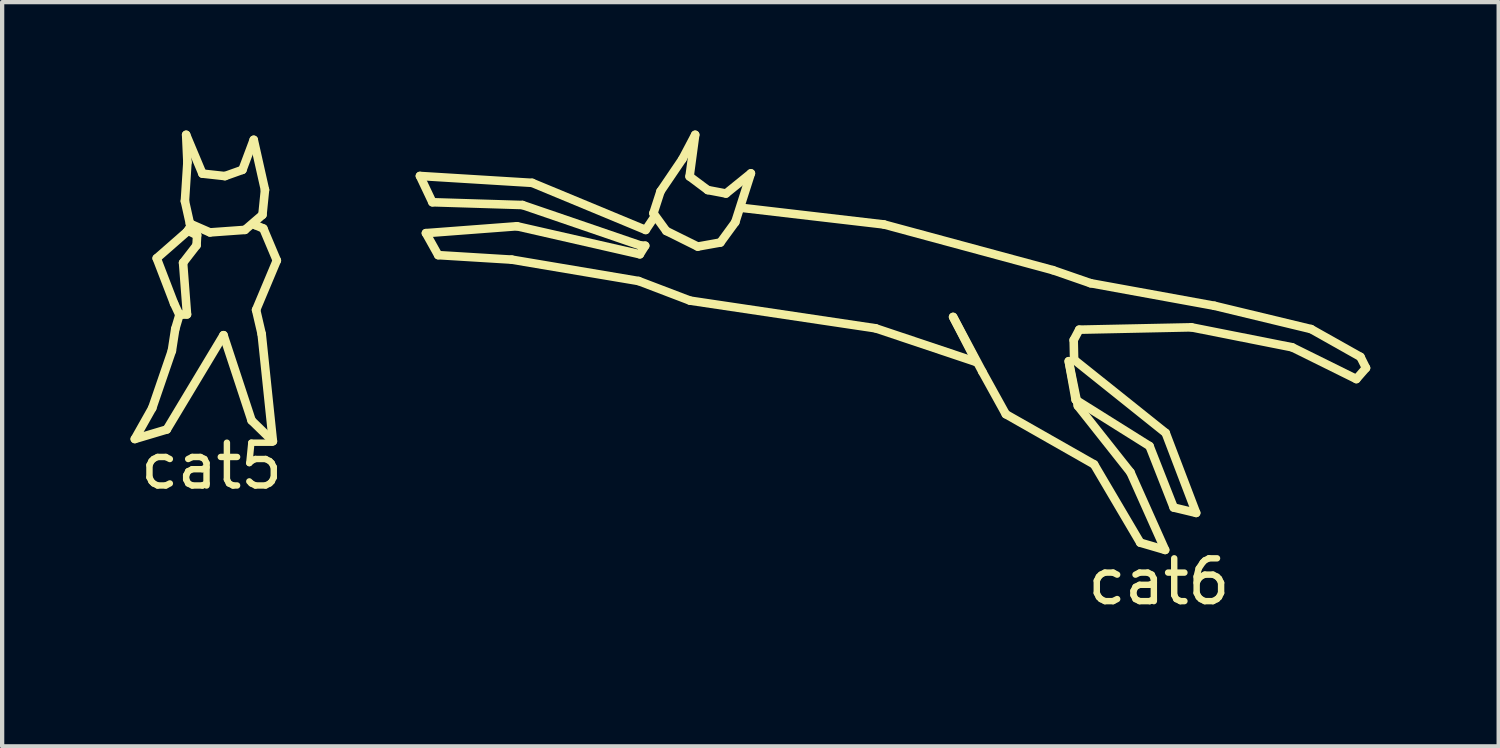
<source format=kicad_pcb>
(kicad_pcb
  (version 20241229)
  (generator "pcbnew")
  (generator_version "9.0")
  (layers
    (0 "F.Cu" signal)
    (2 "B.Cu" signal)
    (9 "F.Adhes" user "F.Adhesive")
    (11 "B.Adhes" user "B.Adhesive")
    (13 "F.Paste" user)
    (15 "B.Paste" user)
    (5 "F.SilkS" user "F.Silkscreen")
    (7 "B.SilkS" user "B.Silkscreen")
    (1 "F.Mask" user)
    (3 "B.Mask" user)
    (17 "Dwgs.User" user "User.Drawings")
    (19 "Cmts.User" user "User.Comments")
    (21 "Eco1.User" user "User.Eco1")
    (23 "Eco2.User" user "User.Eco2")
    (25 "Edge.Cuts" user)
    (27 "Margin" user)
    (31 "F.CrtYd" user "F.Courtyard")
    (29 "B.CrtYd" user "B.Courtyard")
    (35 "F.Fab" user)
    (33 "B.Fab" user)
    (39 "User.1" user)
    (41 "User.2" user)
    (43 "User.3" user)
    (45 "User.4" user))
  (footprint "cat5"
    (layer "F.Cu")
    (at 1.895 7.34)
    (property "Reference" "cat5" (at 0 0.5 0) (unlocked yes) (layer "F.SilkS") (effects (font (size 1 1) (thickness 0.15))))
    (attr through_hole)
    (fp_line (start -1.795 -0.131) (end -1.047 -0.354) (stroke (width 0.2) (type solid)) (layer "F.SilkS"))
    (fp_line (start -1.388 -0.853) (end -1.795 -0.131) (stroke (width 0.2) (type solid)) (layer "F.SilkS"))
    (fp_line (start -1.283 -4.355) (end -0.877 -3.299) (stroke (width 0.2) (type solid)) (layer "F.SilkS"))
    (fp_line (start -1.047 -0.354) (end 0.278 -2.558) (stroke (width 0.2) (type solid)) (layer "F.SilkS"))
    (fp_line (start -0.929 -2.191) (end -1.388 -0.853) (stroke (width 0.2) (type solid)) (layer "F.SilkS"))
    (fp_line (start -0.877 -3.299) (end -0.753 -3.033) (stroke (width 0.2) (type solid)) (layer "F.SilkS"))
    (fp_line (start -0.85 -2.702) (end -0.929 -2.191) (stroke (width 0.2) (type solid)) (layer "F.SilkS"))
    (fp_line (start -0.753 -3.033) (end -0.575 -3.043) (stroke (width 0.2) (type solid)) (layer "F.SilkS"))
    (fp_line (start -0.745 -3.056) (end -0.85 -2.702) (stroke (width 0.2) (type solid)) (layer "F.SilkS"))
    (fp_line (start -0.667 -4.25) (end -0.352 -4.657) (stroke (width 0.2) (type solid)) (layer "F.SilkS"))
    (fp_line (start -0.624 -5.69) (end -0.507 -5.164) (stroke (width 0.2) (type solid)) (layer "F.SilkS"))
    (fp_line (start -0.595 -7.24) (end -0.566 -6.596) (stroke (width 0.2) (type solid)) (layer "F.SilkS"))
    (fp_line (start -0.575 -3.043) (end -0.667 -4.25) (stroke (width 0.2) (type solid)) (layer "F.SilkS"))
    (fp_line (start -0.575 -4.972) (end -0.575 -4.972) (stroke (width 0.2) (type solid)) (layer "F.SilkS"))
    (fp_line (start -0.566 -6.596) (end -0.624 -5.69) (stroke (width 0.2) (type solid)) (layer "F.SilkS"))
    (fp_line (start -0.549 -4.998) (end -1.283 -4.355) (stroke (width 0.2) (type solid)) (layer "F.SilkS"))
    (fp_line (start -0.507 -5.164) (end -0.039 -4.959) (stroke (width 0.2) (type solid)) (layer "F.SilkS"))
    (fp_line (start -0.47 -5.142) (end -0.575 -4.972) (stroke (width 0.2) (type solid)) (layer "F.SilkS"))
    (fp_line (start -0.352 -4.657) (end -0.339 -4.893) (stroke (width 0.2) (type solid)) (layer "F.SilkS"))
    (fp_line (start -0.339 -4.893) (end -0.549 -4.998) (stroke (width 0.2) (type solid)) (layer "F.SilkS"))
    (fp_line (start -0.215 -6.333) (end -0.595 -7.24) (stroke (width 0.2) (type solid)) (layer "F.SilkS"))
    (fp_line (start -0.039 -4.959) (end 0.779 -5.018) (stroke (width 0.2) (type solid)) (layer "F.SilkS"))
    (fp_line (start 0.278 -2.558) (end 0.934 -0.564) (stroke (width 0.2) (type solid)) (layer "F.SilkS"))
    (fp_line (start 0.311 -6.275) (end -0.215 -6.333) (stroke (width 0.2) (type solid)) (layer "F.SilkS"))
    (fp_line (start 0.721 -6.421) (end 0.311 -6.275) (stroke (width 0.2) (type solid)) (layer "F.SilkS"))
    (fp_line (start 0.779 -5.018) (end 1.188 -5.369) (stroke (width 0.2) (type solid)) (layer "F.SilkS"))
    (fp_line (start 0.934 -0.564) (end 1.432 -0.079) (stroke (width 0.2) (type solid)) (layer "F.SilkS"))
    (fp_line (start 0.984 -7.123) (end 0.721 -6.421) (stroke (width 0.2) (type solid)) (layer "F.SilkS"))
    (fp_line (start 1.025 -5.129) (end 1.012 -5.195) (stroke (width 0.2) (type solid)) (layer "F.SilkS"))
    (fp_line (start 1.039 -3.148) (end 1.524 -4.303) (stroke (width 0.2) (type solid)) (layer "F.SilkS"))
    (fp_line (start 1.17 -2.584) (end 1.039 -3.148) (stroke (width 0.2) (type solid)) (layer "F.SilkS"))
    (fp_line (start 1.188 -5.369) (end 1.247 -5.953) (stroke (width 0.2) (type solid)) (layer "F.SilkS"))
    (fp_line (start 1.209 -5.05) (end 1.025 -5.129) (stroke (width 0.2) (type solid)) (layer "F.SilkS"))
    (fp_line (start 1.247 -5.953) (end 0.984 -7.123) (stroke (width 0.2) (type solid)) (layer "F.SilkS"))
    (fp_line (start 1.432 -0.079) (end 1.17 -2.584) (stroke (width 0.2) (type solid)) (layer "F.SilkS"))
    (fp_line (start 1.524 -4.303) (end 1.209 -5.05) (stroke (width 0.2) (type solid)) (layer "F.SilkS")))
  (footprint "cat6"
    (layer "F.Cu")
    (at 24.032 10.042)
    (property "Reference" "cat6" (at 0 0.5 0) (unlocked yes) (layer "F.SilkS") (effects (font (size 1 1) (thickness 0.15))))
    (attr through_hole)
    (fp_line (start -17.269 -8.98) (end -16.978 -8.366) (stroke (width 0.2) (type solid)) (layer "F.SilkS"))
    (fp_line (start -17.129 -7.644) (end -16.842 -7.13) (stroke (width 0.2) (type solid)) (layer "F.SilkS"))
    (fp_line (start -16.978 -8.366) (end -14.874 -8.301) (stroke (width 0.2) (type solid)) (layer "F.SilkS"))
    (fp_line (start -16.842 -7.13) (end -15.124 -7.025) (stroke (width 0.2) (type solid)) (layer "F.SilkS"))
    (fp_line (start -15.124 -7.025) (end -12.159 -6.525) (stroke (width 0.2) (type solid)) (layer "F.SilkS"))
    (fp_line (start -15.002 -7.805) (end -17.129 -7.644) (stroke (width 0.2) (type solid)) (layer "F.SilkS"))
    (fp_line (start -14.874 -8.301) (end -12.108 -7.354) (stroke (width 0.2) (type solid)) (layer "F.SilkS"))
    (fp_line (start -14.648 -8.819) (end -17.269 -8.98) (stroke (width 0.2) (type solid)) (layer "F.SilkS"))
    (fp_line (start -12.159 -6.525) (end -10.958 -6.067) (stroke (width 0.2) (type solid)) (layer "F.SilkS"))
    (fp_line (start -12.13 -7.15) (end -15.002 -7.805) (stroke (width 0.2) (type solid)) (layer "F.SilkS"))
    (fp_line (start -12.108 -7.354) (end -12.005 -7.35) (stroke (width 0.2) (type solid)) (layer "F.SilkS"))
    (fp_line (start -12.005 -7.35) (end -12.13 -7.15) (stroke (width 0.2) (type solid)) (layer "F.SilkS"))
    (fp_line (start -11.994 -7.718) (end -14.648 -8.819) (stroke (width 0.2) (type solid)) (layer "F.SilkS"))
    (fp_line (start -11.813 -8.108) (end -11.513 -7.695) (stroke (width 0.2) (type solid)) (layer "F.SilkS"))
    (fp_line (start -11.799 -8.01) (end -11.994 -7.718) (stroke (width 0.2) (type solid)) (layer "F.SilkS"))
    (fp_line (start -11.647 -8.621) (end -11.813 -8.108) (stroke (width 0.2) (type solid)) (layer "F.SilkS"))
    (fp_line (start -11.513 -7.695) (end -10.778 -7.33) (stroke (width 0.2) (type solid)) (layer "F.SilkS"))
    (fp_line (start -11.137 -9.373) (end -11.647 -8.621) (stroke (width 0.2) (type solid)) (layer "F.SilkS"))
    (fp_line (start -10.968 -8.968) (end -10.837 -9.942) (stroke (width 0.2) (type solid)) (layer "F.SilkS"))
    (fp_line (start -10.958 -6.067) (end -6.621 -5.42) (stroke (width 0.2) (type solid)) (layer "F.SilkS"))
    (fp_line (start -10.837 -9.942) (end -11.137 -9.373) (stroke (width 0.2) (type solid)) (layer "F.SilkS"))
    (fp_line (start -10.778 -7.33) (end -10.247 -7.425) (stroke (width 0.2) (type solid)) (layer "F.SilkS"))
    (fp_line (start -10.544 -8.651) (end -10.968 -8.968) (stroke (width 0.2) (type solid)) (layer "F.SilkS"))
    (fp_line (start -10.247 -7.425) (end -9.9 -7.9) (stroke (width 0.2) (type solid)) (layer "F.SilkS"))
    (fp_line (start -10.117 -8.57) (end -10.544 -8.651) (stroke (width 0.2) (type solid)) (layer "F.SilkS"))
    (fp_line (start -9.9 -7.9) (end -9.535 -9.041) (stroke (width 0.2) (type solid)) (layer "F.SilkS"))
    (fp_line (start -9.535 -9.041) (end -10.117 -8.57) (stroke (width 0.2) (type solid)) (layer "F.SilkS"))
    (fp_line (start -6.621 -5.42) (end -4.266 -4.631) (stroke (width 0.2) (type solid)) (layer "F.SilkS"))
    (fp_line (start -6.427 -7.847) (end -9.76 -8.236) (stroke (width 0.2) (type solid)) (layer "F.SilkS"))
    (fp_line (start -4.81 -5.686) (end -4.126 -4.404) (stroke (width 0.2) (type solid)) (layer "F.SilkS"))
    (fp_line (start -4.266 -4.631) (end -4.81 -5.686) (stroke (width 0.2) (type solid)) (layer "F.SilkS"))
    (fp_line (start -4.126 -4.404) (end -3.578 -3.413) (stroke (width 0.2) (type solid)) (layer "F.SilkS"))
    (fp_line (start -3.578 -3.413) (end -1.515 -2.24) (stroke (width 0.2) (type solid)) (layer "F.SilkS"))
    (fp_line (start -2.478 -6.779) (end -6.427 -7.847) (stroke (width 0.2) (type solid)) (layer "F.SilkS"))
    (fp_line (start -2.108 -4.651) (end -1.947 -3.751) (stroke (width 0.2) (type solid)) (layer "F.SilkS"))
    (fp_line (start -1.992 -5.145) (end -1.863 -5.388) (stroke (width 0.2) (type solid)) (layer "F.SilkS"))
    (fp_line (start -1.982 -4.686) (end -1.992 -5.145) (stroke (width 0.2) (type solid)) (layer "F.SilkS"))
    (fp_line (start -1.947 -3.751) (end -0.219 -2.668) (stroke (width 0.2) (type solid)) (layer "F.SilkS"))
    (fp_line (start -1.895 -3.608) (end -2.108 -4.651) (stroke (width 0.2) (type solid)) (layer "F.SilkS"))
    (fp_line (start -1.863 -5.388) (end 0.758 -5.443) (stroke (width 0.2) (type solid)) (layer "F.SilkS"))
    (fp_line (start -1.599 -6.474) (end -2.478 -6.779) (stroke (width 0.2) (type solid)) (layer "F.SilkS"))
    (fp_line (start -1.515 -2.24) (end -0.437 -0.411) (stroke (width 0.2) (type solid)) (layer "F.SilkS"))
    (fp_line (start -0.665 -2.054) (end -1.895 -3.608) (stroke (width 0.2) (type solid)) (layer "F.SilkS"))
    (fp_line (start -0.437 -0.411) (end 0.145 -0.241) (stroke (width 0.2) (type solid)) (layer "F.SilkS"))
    (fp_line (start -0.219 -2.668) (end 0.345 -1.232) (stroke (width 0.2) (type solid)) (layer "F.SilkS"))
    (fp_line (start 0.145 -0.241) (end -0.665 -2.054) (stroke (width 0.2) (type solid)) (layer "F.SilkS"))
    (fp_line (start 0.158 -2.975) (end -1.982 -4.686) (stroke (width 0.2) (type solid)) (layer "F.SilkS"))
    (fp_line (start 0.345 -1.232) (end 0.87 -1.106) (stroke (width 0.2) (type solid)) (layer "F.SilkS"))
    (fp_line (start 0.758 -5.443) (end 3.113 -4.976) (stroke (width 0.2) (type solid)) (layer "F.SilkS"))
    (fp_line (start 0.87 -1.106) (end 0.158 -2.975) (stroke (width 0.2) (type solid)) (layer "F.SilkS"))
    (fp_line (start 1.298 -5.946) (end -1.599 -6.474) (stroke (width 0.2) (type solid)) (layer "F.SilkS"))
    (fp_line (start 3.113 -4.976) (end 4.613 -4.234) (stroke (width 0.2) (type solid)) (layer "F.SilkS"))
    (fp_line (start 3.555 -5.402) (end 1.298 -5.946) (stroke (width 0.2) (type solid)) (layer "F.SilkS"))
    (fp_line (start 4.613 -4.234) (end 4.839 -4.493) (stroke (width 0.2) (type solid)) (layer "F.SilkS"))
    (fp_line (start 4.71 -4.752) (end 3.555 -5.402) (stroke (width 0.2) (type solid)) (layer "F.SilkS"))
    (fp_line (start 4.839 -4.493) (end 4.71 -4.752) (stroke (width 0.2) (type solid)) (layer "F.SilkS")))
  (gr_rect
    (start -3 -3)
    (end 31.971 14.39)
    (stroke (width 0.1) (type default))
    (fill no)
    (layer "Edge.Cuts")))
</source>
